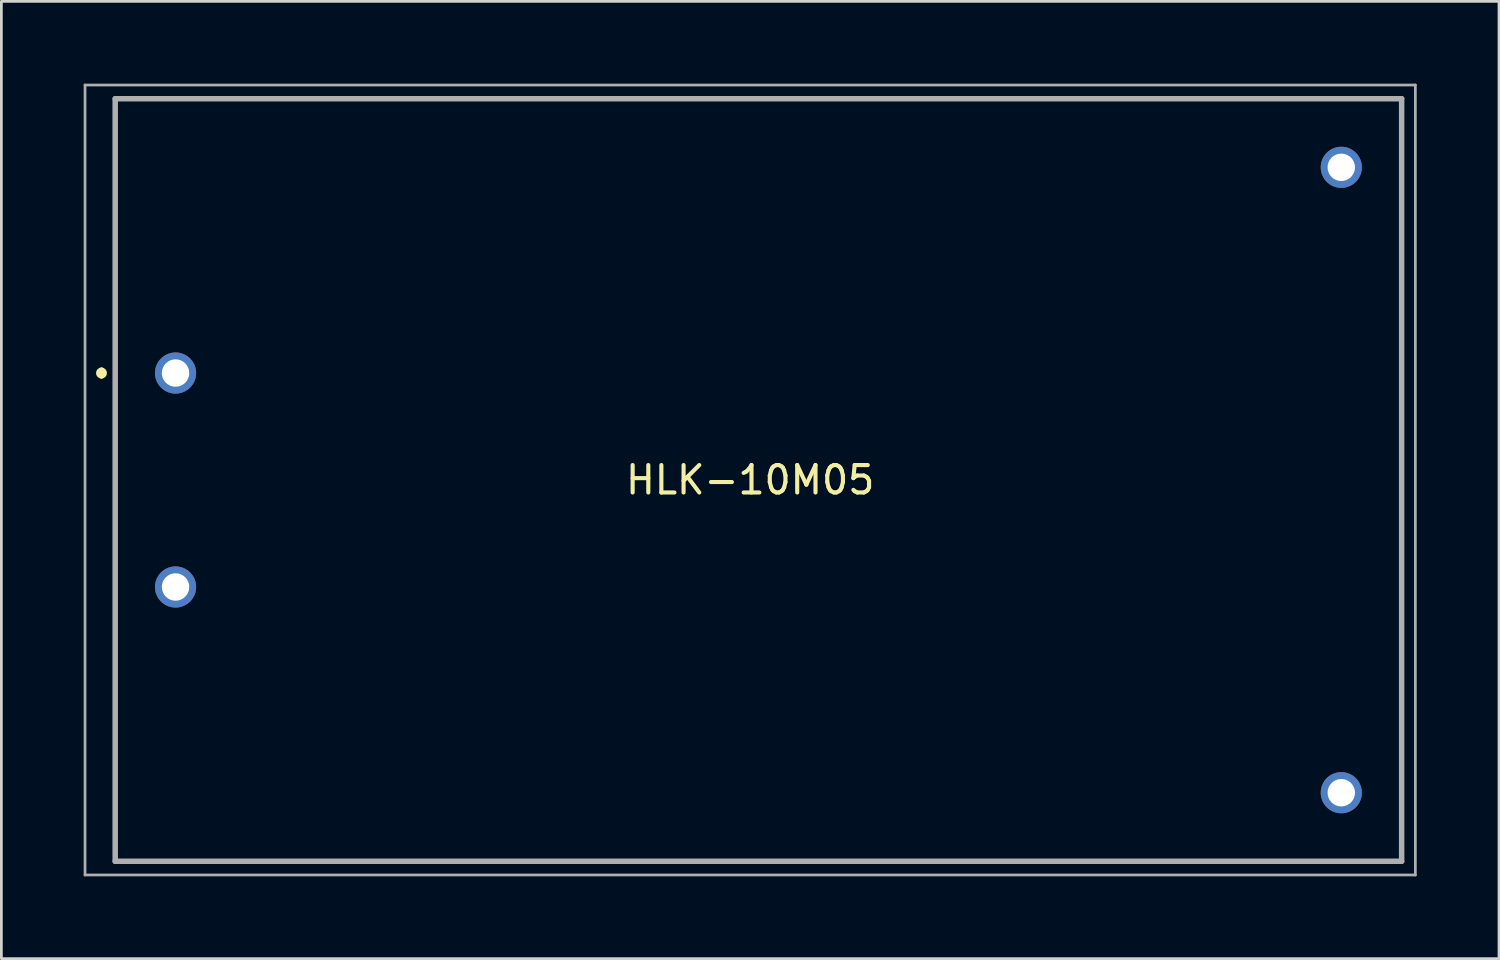
<source format=kicad_pcb>
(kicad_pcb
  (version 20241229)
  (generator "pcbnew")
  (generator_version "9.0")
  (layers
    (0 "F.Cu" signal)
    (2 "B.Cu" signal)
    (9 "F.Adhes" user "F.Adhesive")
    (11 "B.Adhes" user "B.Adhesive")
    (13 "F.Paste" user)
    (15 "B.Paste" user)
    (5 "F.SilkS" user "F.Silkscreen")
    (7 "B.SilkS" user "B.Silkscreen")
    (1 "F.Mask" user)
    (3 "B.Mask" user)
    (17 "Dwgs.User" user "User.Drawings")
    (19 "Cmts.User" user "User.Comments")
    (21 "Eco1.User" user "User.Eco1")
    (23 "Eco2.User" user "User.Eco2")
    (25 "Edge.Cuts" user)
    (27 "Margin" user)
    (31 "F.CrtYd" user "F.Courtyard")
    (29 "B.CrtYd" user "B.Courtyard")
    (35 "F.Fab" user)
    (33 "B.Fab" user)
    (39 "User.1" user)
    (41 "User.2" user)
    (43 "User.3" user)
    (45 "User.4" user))
  (footprint "HLK-10M05"
    (layer "F.Cu")
    (at 3.35 10.55)
    (property "Reference" "HLK-10M05" (at 20.95 3.9 0) (layer "F.SilkS") (effects (font (size 1 1) (thickness 0.15))))
    (attr through_hole)
    (fp_line (start -2.7 -0.1) (end -2.7 -0.1) (stroke (width 0.2) (type solid)) (layer "F.SilkS"))
    (fp_line (start -2.7 0.1) (end -2.7 0.1) (stroke (width 0.2) (type solid)) (layer "F.SilkS"))
    (fp_line (start -2.2 -10) (end 44.7 -10) (stroke (width 0.1) (type solid)) (layer "F.SilkS"))
    (fp_line (start -2.2 17.8) (end -2.2 -10) (stroke (width 0.1) (type solid)) (layer "F.SilkS"))
    (fp_line (start 44.7 -10) (end 44.7 17.8) (stroke (width 0.1) (type solid)) (layer "F.SilkS"))
    (fp_line (start 44.7 17.8) (end -2.2 17.8) (stroke (width 0.1) (type solid)) (layer "F.SilkS"))
    (fp_arc (start -2.7 -0.1) (mid -2.6 0) (end -2.7 0.1) (stroke (width 0.2) (type solid)) (layer "F.SilkS"))
    (fp_arc (start -2.7 0.1) (mid -2.8 0) (end -2.7 -0.1) (stroke (width 0.2) (type solid)) (layer "F.SilkS"))
    (fp_line (start -3.3 -10.5) (end 45.2 -10.5) (stroke (width 0.1) (type solid)) (layer "F.Fab"))
    (fp_line (start -3.3 18.3) (end -3.3 -10.5) (stroke (width 0.1) (type solid)) (layer "F.Fab"))
    (fp_line (start -2.2 -10) (end 44.7 -10) (stroke (width 0.2) (type solid)) (layer "F.Fab"))
    (fp_line (start -2.2 17.8) (end -2.2 -10) (stroke (width 0.2) (type solid)) (layer "F.Fab"))
    (fp_line (start 44.7 -10) (end 44.7 17.8) (stroke (width 0.2) (type solid)) (layer "F.Fab"))
    (fp_line (start 44.7 17.8) (end -2.2 17.8) (stroke (width 0.2) (type solid)) (layer "F.Fab"))
    (fp_line (start 45.2 -10.5) (end 45.2 18.3) (stroke (width 0.1) (type solid)) (layer "F.Fab"))
    (fp_line (start 45.2 18.3) (end -3.3 18.3) (stroke (width 0.1) (type solid)) (layer "F.Fab"))
    (pad "1" thru_hole circle (at 0 0) (size 1.5 1.5) (drill 1) (layers "*.Cu" "*.Mask"))
    (pad "2" thru_hole circle (at 0 7.8) (size 1.5 1.5) (drill 1) (layers "*.Cu" "*.Mask"))
    (pad "3" thru_hole circle (at 42.5 -7.5) (size 1.5 1.5) (drill 1) (layers "*.Cu" "*.Mask"))
    (pad "4" thru_hole circle (at 42.5 15.3) (size 1.5 1.5) (drill 1) (layers "*.Cu" "*.Mask")))
  (gr_rect
    (start -3 -3)
    (end 51.6 31.9)
    (stroke (width 0.1) (type default))
    (fill no)
    (layer "Edge.Cuts")))
</source>
